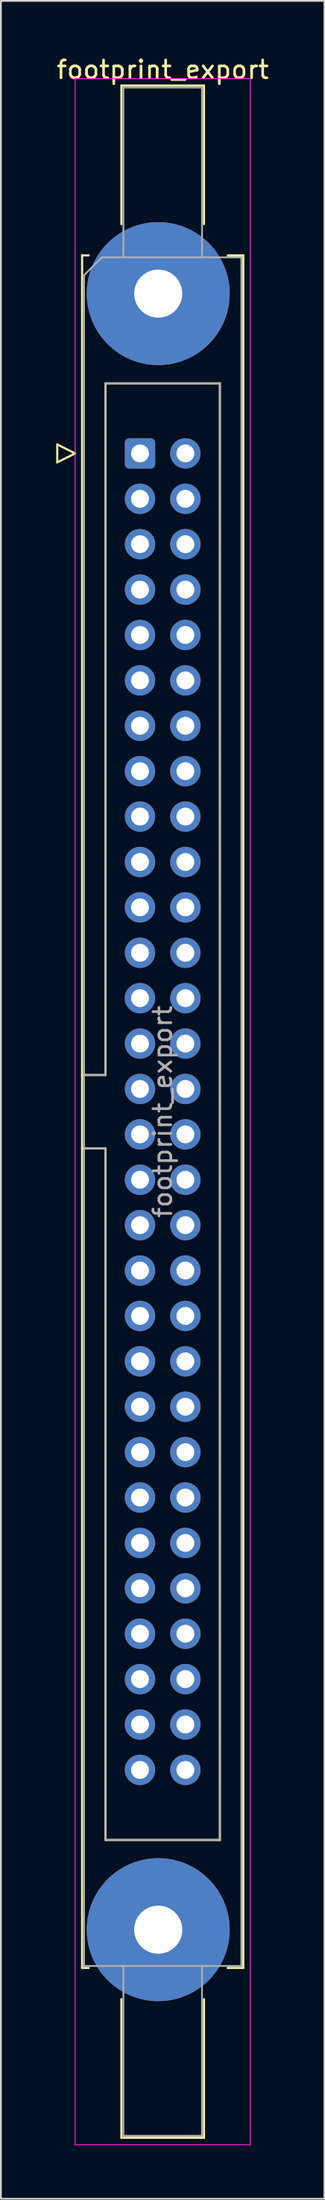
<source format=kicad_pcb>
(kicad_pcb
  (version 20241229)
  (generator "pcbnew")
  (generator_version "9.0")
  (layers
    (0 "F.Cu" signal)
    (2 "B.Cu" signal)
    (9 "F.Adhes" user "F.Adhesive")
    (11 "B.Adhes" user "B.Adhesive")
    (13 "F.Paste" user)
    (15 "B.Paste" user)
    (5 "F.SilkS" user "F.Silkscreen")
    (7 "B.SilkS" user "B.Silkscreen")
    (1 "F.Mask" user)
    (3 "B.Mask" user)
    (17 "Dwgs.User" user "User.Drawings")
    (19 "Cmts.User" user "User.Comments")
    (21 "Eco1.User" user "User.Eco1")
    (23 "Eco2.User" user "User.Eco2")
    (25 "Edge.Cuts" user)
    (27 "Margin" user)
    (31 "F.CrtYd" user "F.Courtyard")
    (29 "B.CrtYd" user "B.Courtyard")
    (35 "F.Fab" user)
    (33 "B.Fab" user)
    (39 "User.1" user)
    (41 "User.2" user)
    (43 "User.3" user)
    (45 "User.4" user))
  (footprint "footprint_export"
    (layer "F.Cu")
    (at 4.784 22.318)
    (property "Reference" "footprint_export" (at 1.27 -21.47 0) (layer "F.SilkS") (effects (font (size 1 1) (thickness 0.15))))
    (attr through_hole)
    (fp_line (start -4.63 -0.5) (end -4.63 0.5) (stroke (width 0.12) (type solid)) (layer "F.SilkS"))
    (fp_line (start -4.63 0.5) (end -3.63 0) (stroke (width 0.12) (type solid)) (layer "F.SilkS"))
    (fp_line (start -3.63 0) (end -4.63 -0.5) (stroke (width 0.12) (type solid)) (layer "F.SilkS"))
    (fp_line (start -3.24 -11.08) (end -3.24 84.74) (stroke (width 0.12) (type solid)) (layer "F.SilkS"))
    (fp_line (start -3.24 34.78) (end -1.93 34.78) (stroke (width 0.12) (type solid)) (layer "F.SilkS"))
    (fp_line (start -3.24 84.74) (end -2.87 84.74) (stroke (width 0.12) (type solid)) (layer "F.SilkS"))
    (fp_line (start -2.87 -11.08) (end -3.24 -11.08) (stroke (width 0.12) (type solid)) (layer "F.SilkS"))
    (fp_line (start -1.93 -3.92) (end 4.47 -3.92) (stroke (width 0.12) (type solid)) (layer "F.SilkS"))
    (fp_line (start -1.93 34.78) (end -1.93 -3.92) (stroke (width 0.12) (type solid)) (layer "F.SilkS"))
    (fp_line (start -1.93 38.88) (end -3.24 38.88) (stroke (width 0.12) (type solid)) (layer "F.SilkS"))
    (fp_line (start -1.93 38.88) (end -1.93 38.88) (stroke (width 0.12) (type solid)) (layer "F.SilkS"))
    (fp_line (start -1.93 77.58) (end -1.93 38.88) (stroke (width 0.12) (type solid)) (layer "F.SilkS"))
    (fp_line (start -1.04 -20.58) (end 3.58 -20.58) (stroke (width 0.12) (type solid)) (layer "F.SilkS"))
    (fp_line (start -1.04 -12.83) (end -1.04 -20.58) (stroke (width 0.12) (type solid)) (layer "F.SilkS"))
    (fp_line (start -1.04 86.49) (end -1.04 94.24) (stroke (width 0.12) (type solid)) (layer "F.SilkS"))
    (fp_line (start -1.04 94.24) (end 3.58 94.24) (stroke (width 0.12) (type solid)) (layer "F.SilkS"))
    (fp_line (start 3.58 -20.58) (end 3.58 -12.83) (stroke (width 0.12) (type solid)) (layer "F.SilkS"))
    (fp_line (start 3.58 94.24) (end 3.58 86.49) (stroke (width 0.12) (type solid)) (layer "F.SilkS"))
    (fp_line (start 4.47 -3.92) (end 4.47 77.58) (stroke (width 0.12) (type solid)) (layer "F.SilkS"))
    (fp_line (start 4.47 77.58) (end -1.93 77.58) (stroke (width 0.12) (type solid)) (layer "F.SilkS"))
    (fp_line (start 4.91 -11.08) (end 5.78 -11.08) (stroke (width 0.12) (type solid)) (layer "F.SilkS"))
    (fp_line (start 5.78 -11.08) (end 5.78 84.74) (stroke (width 0.12) (type solid)) (layer "F.SilkS"))
    (fp_line (start 5.78 84.74) (end 4.91 84.74) (stroke (width 0.12) (type solid)) (layer "F.SilkS"))
    (fp_line (start -3.63 -20.97) (end -3.63 94.63) (stroke (width 0.05) (type solid)) (layer "F.CrtYd"))
    (fp_line (start -3.63 94.63) (end 6.17 94.63) (stroke (width 0.05) (type solid)) (layer "F.CrtYd"))
    (fp_line (start 6.17 -20.97) (end -3.63 -20.97) (stroke (width 0.05) (type solid)) (layer "F.CrtYd"))
    (fp_line (start 6.17 94.63) (end 6.17 -20.97) (stroke (width 0.05) (type solid)) (layer "F.CrtYd"))
    (fp_line (start -3.13 -9.97) (end -2.13 -10.97) (stroke (width 0.1) (type solid)) (layer "F.Fab"))
    (fp_line (start -3.13 34.78) (end -1.93 34.78) (stroke (width 0.1) (type solid)) (layer "F.Fab"))
    (fp_line (start -3.13 84.63) (end -3.13 -9.97) (stroke (width 0.1) (type solid)) (layer "F.Fab"))
    (fp_line (start -2.13 -10.97) (end 5.67 -10.97) (stroke (width 0.1) (type solid)) (layer "F.Fab"))
    (fp_line (start -1.93 -3.92) (end 4.47 -3.92) (stroke (width 0.1) (type solid)) (layer "F.Fab"))
    (fp_line (start -1.93 34.78) (end -1.93 -3.92) (stroke (width 0.1) (type solid)) (layer "F.Fab"))
    (fp_line (start -1.93 38.88) (end -3.13 38.88) (stroke (width 0.1) (type solid)) (layer "F.Fab"))
    (fp_line (start -1.93 38.88) (end -1.93 38.88) (stroke (width 0.1) (type solid)) (layer "F.Fab"))
    (fp_line (start -1.93 77.58) (end -1.93 38.88) (stroke (width 0.1) (type solid)) (layer "F.Fab"))
    (fp_line (start -0.93 -20.47) (end 3.47 -20.47) (stroke (width 0.1) (type solid)) (layer "F.Fab"))
    (fp_line (start -0.93 -10.97) (end -0.93 -20.47) (stroke (width 0.1) (type solid)) (layer "F.Fab"))
    (fp_line (start -0.93 84.63) (end -0.93 94.13) (stroke (width 0.1) (type solid)) (layer "F.Fab"))
    (fp_line (start -0.93 94.13) (end 3.47 94.13) (stroke (width 0.1) (type solid)) (layer "F.Fab"))
    (fp_line (start 3.47 -20.47) (end 3.47 -10.97) (stroke (width 0.1) (type solid)) (layer "F.Fab"))
    (fp_line (start 3.47 94.13) (end 3.47 84.63) (stroke (width 0.1) (type solid)) (layer "F.Fab"))
    (fp_line (start 4.47 -3.92) (end 4.47 77.58) (stroke (width 0.1) (type solid)) (layer "F.Fab"))
    (fp_line (start 4.47 77.58) (end -1.93 77.58) (stroke (width 0.1) (type solid)) (layer "F.Fab"))
    (fp_line (start 5.67 -10.97) (end 5.67 84.63) (stroke (width 0.1) (type solid)) (layer "F.Fab"))
    (fp_line (start 5.67 84.63) (end -3.13 84.63) (stroke (width 0.1) (type solid)) (layer "F.Fab"))
    (fp_text user "${REFERENCE}" (at 1.27 36.83 90) (layer "F.Fab") (effects (font (size 1 1) (thickness 0.15))))
    (pad "1" thru_hole roundrect (at 0 0) (size 1.7 1.7) (drill 1) (layers "*.Cu" "*.Mask") (roundrect_rratio 0.147))
    (pad "2" thru_hole circle (at 2.54 0) (size 1.7 1.7) (drill 1) (layers "*.Cu" "*.Mask"))
    (pad "3" thru_hole circle (at 0 2.54) (size 1.7 1.7) (drill 1) (layers "*.Cu" "*.Mask"))
    (pad "4" thru_hole circle (at 2.54 2.54) (size 1.7 1.7) (drill 1) (layers "*.Cu" "*.Mask"))
    (pad "5" thru_hole circle (at 0 5.08) (size 1.7 1.7) (drill 1) (layers "*.Cu" "*.Mask"))
    (pad "6" thru_hole circle (at 2.54 5.08) (size 1.7 1.7) (drill 1) (layers "*.Cu" "*.Mask"))
    (pad "7" thru_hole circle (at 0 7.62) (size 1.7 1.7) (drill 1) (layers "*.Cu" "*.Mask"))
    (pad "8" thru_hole circle (at 2.54 7.62) (size 1.7 1.7) (drill 1) (layers "*.Cu" "*.Mask"))
    (pad "9" thru_hole circle (at 0 10.16) (size 1.7 1.7) (drill 1) (layers "*.Cu" "*.Mask"))
    (pad "10" thru_hole circle (at 2.54 10.16) (size 1.7 1.7) (drill 1) (layers "*.Cu" "*.Mask"))
    (pad "11" thru_hole circle (at 0 12.7) (size 1.7 1.7) (drill 1) (layers "*.Cu" "*.Mask"))
    (pad "12" thru_hole circle (at 2.54 12.7) (size 1.7 1.7) (drill 1) (layers "*.Cu" "*.Mask"))
    (pad "13" thru_hole circle (at 0 15.24) (size 1.7 1.7) (drill 1) (layers "*.Cu" "*.Mask"))
    (pad "14" thru_hole circle (at 2.54 15.24) (size 1.7 1.7) (drill 1) (layers "*.Cu" "*.Mask"))
    (pad "15" thru_hole circle (at 0 17.78) (size 1.7 1.7) (drill 1) (layers "*.Cu" "*.Mask"))
    (pad "16" thru_hole circle (at 2.54 17.78) (size 1.7 1.7) (drill 1) (layers "*.Cu" "*.Mask"))
    (pad "17" thru_hole circle (at 0 20.32) (size 1.7 1.7) (drill 1) (layers "*.Cu" "*.Mask"))
    (pad "18" thru_hole circle (at 2.54 20.32) (size 1.7 1.7) (drill 1) (layers "*.Cu" "*.Mask"))
    (pad "19" thru_hole circle (at 0 22.86) (size 1.7 1.7) (drill 1) (layers "*.Cu" "*.Mask"))
    (pad "20" thru_hole circle (at 2.54 22.86) (size 1.7 1.7) (drill 1) (layers "*.Cu" "*.Mask"))
    (pad "21" thru_hole circle (at 0 25.4) (size 1.7 1.7) (drill 1) (layers "*.Cu" "*.Mask"))
    (pad "22" thru_hole circle (at 2.54 25.4) (size 1.7 1.7) (drill 1) (layers "*.Cu" "*.Mask"))
    (pad "23" thru_hole circle (at 0 27.94) (size 1.7 1.7) (drill 1) (layers "*.Cu" "*.Mask"))
    (pad "24" thru_hole circle (at 2.54 27.94) (size 1.7 1.7) (drill 1) (layers "*.Cu" "*.Mask"))
    (pad "25" thru_hole circle (at 0 30.48) (size 1.7 1.7) (drill 1) (layers "*.Cu" "*.Mask"))
    (pad "26" thru_hole circle (at 2.54 30.48) (size 1.7 1.7) (drill 1) (layers "*.Cu" "*.Mask"))
    (pad "27" thru_hole circle (at 0 33.02) (size 1.7 1.7) (drill 1) (layers "*.Cu" "*.Mask"))
    (pad "28" thru_hole circle (at 2.54 33.02) (size 1.7 1.7) (drill 1) (layers "*.Cu" "*.Mask"))
    (pad "29" thru_hole circle (at 0 35.56) (size 1.7 1.7) (drill 1) (layers "*.Cu" "*.Mask"))
    (pad "30" thru_hole circle (at 2.54 35.56) (size 1.7 1.7) (drill 1) (layers "*.Cu" "*.Mask"))
    (pad "31" thru_hole circle (at 0 38.1) (size 1.7 1.7) (drill 1) (layers "*.Cu" "*.Mask"))
    (pad "32" thru_hole circle (at 2.54 38.1) (size 1.7 1.7) (drill 1) (layers "*.Cu" "*.Mask"))
    (pad "33" thru_hole circle (at 0 40.64) (size 1.7 1.7) (drill 1) (layers "*.Cu" "*.Mask"))
    (pad "34" thru_hole circle (at 2.54 40.64) (size 1.7 1.7) (drill 1) (layers "*.Cu" "*.Mask"))
    (pad "35" thru_hole circle (at 0 43.18) (size 1.7 1.7) (drill 1) (layers "*.Cu" "*.Mask"))
    (pad "36" thru_hole circle (at 2.54 43.18) (size 1.7 1.7) (drill 1) (layers "*.Cu" "*.Mask"))
    (pad "37" thru_hole circle (at 0 45.72) (size 1.7 1.7) (drill 1) (layers "*.Cu" "*.Mask"))
    (pad "38" thru_hole circle (at 2.54 45.72) (size 1.7 1.7) (drill 1) (layers "*.Cu" "*.Mask"))
    (pad "39" thru_hole circle (at 0 48.26) (size 1.7 1.7) (drill 1) (layers "*.Cu" "*.Mask"))
    (pad "40" thru_hole circle (at 2.54 48.26) (size 1.7 1.7) (drill 1) (layers "*.Cu" "*.Mask"))
    (pad "41" thru_hole circle (at 0 50.8) (size 1.7 1.7) (drill 1) (layers "*.Cu" "*.Mask"))
    (pad "42" thru_hole circle (at 2.54 50.8) (size 1.7 1.7) (drill 1) (layers "*.Cu" "*.Mask"))
    (pad "43" thru_hole circle (at 0 53.34) (size 1.7 1.7) (drill 1) (layers "*.Cu" "*.Mask"))
    (pad "44" thru_hole circle (at 2.54 53.34) (size 1.7 1.7) (drill 1) (layers "*.Cu" "*.Mask"))
    (pad "45" thru_hole circle (at 0 55.88) (size 1.7 1.7) (drill 1) (layers "*.Cu" "*.Mask"))
    (pad "46" thru_hole circle (at 2.54 55.88) (size 1.7 1.7) (drill 1) (layers "*.Cu" "*.Mask"))
    (pad "47" thru_hole circle (at 0 58.42) (size 1.7 1.7) (drill 1) (layers "*.Cu" "*.Mask"))
    (pad "48" thru_hole circle (at 2.54 58.42) (size 1.7 1.7) (drill 1) (layers "*.Cu" "*.Mask"))
    (pad "49" thru_hole circle (at 0 60.96) (size 1.7 1.7) (drill 1) (layers "*.Cu" "*.Mask"))
    (pad "50" thru_hole circle (at 2.54 60.96) (size 1.7 1.7) (drill 1) (layers "*.Cu" "*.Mask"))
    (pad "51" thru_hole circle (at 0 63.5) (size 1.7 1.7) (drill 1) (layers "*.Cu" "*.Mask"))
    (pad "52" thru_hole circle (at 2.54 63.5) (size 1.7 1.7) (drill 1) (layers "*.Cu" "*.Mask"))
    (pad "53" thru_hole circle (at 0 66.04) (size 1.7 1.7) (drill 1) (layers "*.Cu" "*.Mask"))
    (pad "54" thru_hole circle (at 2.54 66.04) (size 1.7 1.7) (drill 1) (layers "*.Cu" "*.Mask"))
    (pad "55" thru_hole circle (at 0 68.58) (size 1.7 1.7) (drill 1) (layers "*.Cu" "*.Mask"))
    (pad "56" thru_hole circle (at 2.54 68.58) (size 1.7 1.7) (drill 1) (layers "*.Cu" "*.Mask"))
    (pad "57" thru_hole circle (at 0 71.12) (size 1.7 1.7) (drill 1) (layers "*.Cu" "*.Mask"))
    (pad "58" thru_hole circle (at 2.54 71.12) (size 1.7 1.7) (drill 1) (layers "*.Cu" "*.Mask"))
    (pad "59" thru_hole circle (at 0 73.66) (size 1.7 1.7) (drill 1) (layers "*.Cu" "*.Mask"))
    (pad "60" thru_hole circle (at 2.54 73.66) (size 1.7 1.7) (drill 1) (layers "*.Cu" "*.Mask"))
    (pad "MP" thru_hole circle (at 1.02 -8.94) (size 8 8) (drill 2.69) (layers "*.Cu" "*.Mask"))
    (pad "MP" thru_hole circle (at 1.02 82.6) (size 8 8) (drill 2.69) (layers "*.Cu" "*.Mask")))
  (gr_rect
    (start -3 -3)
    (end 15.107 119.973)
    (stroke (width 0.1) (type default))
    (fill no)
    (layer "Edge.Cuts")))
</source>
